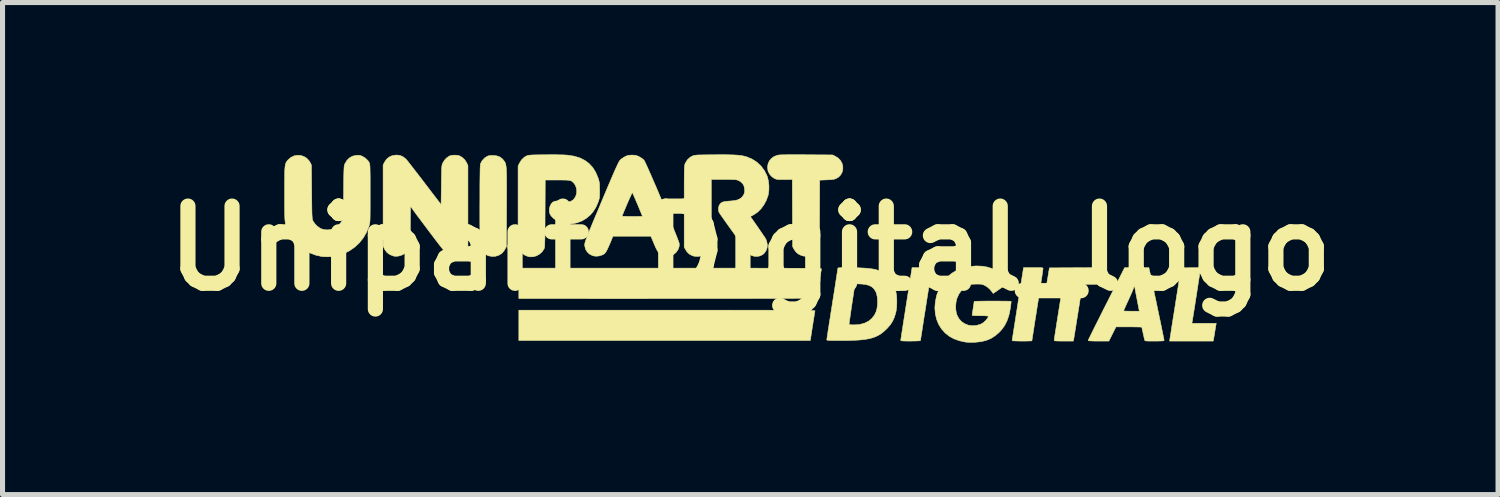
<source format=kicad_pcb>
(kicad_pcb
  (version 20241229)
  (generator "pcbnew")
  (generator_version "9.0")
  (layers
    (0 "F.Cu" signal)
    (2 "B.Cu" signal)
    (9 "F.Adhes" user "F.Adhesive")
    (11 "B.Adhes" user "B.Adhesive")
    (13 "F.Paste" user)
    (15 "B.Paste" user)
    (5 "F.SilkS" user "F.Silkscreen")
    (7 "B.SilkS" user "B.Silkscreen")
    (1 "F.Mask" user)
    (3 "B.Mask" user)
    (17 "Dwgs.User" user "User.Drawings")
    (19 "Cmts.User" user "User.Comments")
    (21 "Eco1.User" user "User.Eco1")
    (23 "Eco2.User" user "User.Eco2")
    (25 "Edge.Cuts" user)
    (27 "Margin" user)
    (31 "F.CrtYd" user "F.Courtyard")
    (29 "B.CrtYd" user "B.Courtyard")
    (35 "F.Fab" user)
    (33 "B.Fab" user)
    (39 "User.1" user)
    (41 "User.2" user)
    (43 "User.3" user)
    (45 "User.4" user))
  (footprint "Unipart_Digital_logo"
    (layer "F.Cu")
    (at 11.764 1.854)
    (property "Reference" "Unipart_Digital_logo" (at 0 0 0) (layer "F.SilkS") (effects (font (size 1.524 1.524) (thickness 0.3))))
    (attr through_hole)
    (fp_poly (pts (xy -1.348 1.22) (xy -1.071 1.22) (xy -0.813 1.22) (xy -0.573 1.22) (xy -0.351 1.22) (xy -0.147 1.221) (xy 0.042 1.221) (xy 0.214 1.221) (xy 0.371 1.221) (xy 0.513 1.222) (xy 0.641 1.222) (xy 0.756 1.223) (xy 0.857 1.223) (xy 0.946 1.224) (xy 1.022 1.225) (xy 1.088 1.225) (xy 1.143 1.226) (xy 1.187 1.227) (xy 1.222 1.228) (xy 1.248 1.229) (xy 1.266 1.23) (xy 1.275 1.231) (xy 1.278 1.232) (xy 1.275 1.245) (xy 1.27 1.275) (xy 1.263 1.32) (xy 1.254 1.376) (xy 1.243 1.442) (xy 1.232 1.515) (xy 1.229 1.532) (xy 1.185 1.82) (xy -4.57 1.82) (xy -4.57 1.22) (xy -1.644 1.22) (xy -1.348 1.22)) (stroke (width 0.01) (type solid)) (fill yes) (layer "F.SilkS"))
    (fp_poly (pts (xy 5.654 0.38) (xy 5.703 0.38) (xy 5.737 0.381) (xy 5.76 0.383) (xy 5.772 0.387) (xy 5.778 0.391) (xy 5.78 0.397) (xy 5.78 0.401) (xy 5.778 0.414) (xy 5.774 0.445) (xy 5.767 0.493) (xy 5.758 0.556) (xy 5.746 0.631) (xy 5.733 0.719) (xy 5.718 0.816) (xy 5.701 0.922) (xy 5.684 1.034) (xy 5.67 1.12) (xy 5.652 1.236) (xy 5.635 1.346) (xy 5.618 1.448) (xy 5.604 1.542) (xy 5.591 1.625) (xy 5.58 1.695) (xy 5.571 1.752) (xy 5.565 1.794) (xy 5.561 1.818) (xy 5.56 1.825) (xy 5.551 1.827) (xy 5.525 1.828) (xy 5.487 1.829) (xy 5.439 1.83) (xy 5.387 1.83) (xy 5.333 1.83) (xy 5.281 1.829) (xy 5.235 1.828) (xy 5.199 1.826) (xy 5.176 1.824) (xy 5.17 1.823) (xy 5.171 1.812) (xy 5.175 1.783) (xy 5.182 1.737) (xy 5.192 1.676) (xy 5.203 1.602) (xy 5.217 1.516) (xy 5.232 1.42) (xy 5.248 1.315) (xy 5.266 1.202) (xy 5.282 1.097) (xy 5.395 0.38) (xy 5.587 0.38) (xy 5.654 0.38)) (stroke (width 0.01) (type solid)) (fill yes) (layer "F.SilkS"))
    (fp_poly (pts (xy 8.83 0.382) (xy 8.867 0.384) (xy 8.887 0.388) (xy 8.89 0.39) (xy 8.888 0.402) (xy 8.884 0.431) (xy 8.878 0.476) (xy 8.869 0.534) (xy 8.858 0.602) (xy 8.846 0.679) (xy 8.833 0.762) (xy 8.82 0.85) (xy 8.806 0.939) (xy 8.792 1.027) (xy 8.779 1.114) (xy 8.766 1.195) (xy 8.754 1.269) (xy 8.744 1.333) (xy 8.735 1.386) (xy 8.729 1.425) (xy 8.725 1.448) (xy 8.724 1.452) (xy 8.718 1.48) (xy 9.2 1.48) (xy 9.195 1.508) (xy 9.191 1.528) (xy 9.186 1.563) (xy 9.178 1.608) (xy 9.17 1.658) (xy 9.17 1.66) (xy 9.162 1.71) (xy 9.154 1.754) (xy 9.148 1.788) (xy 9.145 1.807) (xy 9.145 1.808) (xy 9.14 1.83) (xy 8.279 1.83) (xy 8.285 1.786) (xy 8.288 1.769) (xy 8.293 1.734) (xy 8.302 1.683) (xy 8.312 1.617) (xy 8.324 1.538) (xy 8.338 1.448) (xy 8.354 1.349) (xy 8.371 1.242) (xy 8.389 1.129) (xy 8.399 1.064) (xy 8.506 0.385) (xy 8.698 0.382) (xy 8.773 0.382) (xy 8.83 0.382)) (stroke (width 0.01) (type solid)) (fill yes) (layer "F.SilkS"))
    (fp_poly (pts (xy 3.454 0.38) (xy 3.503 0.381) (xy 3.537 0.382) (xy 3.56 0.384) (xy 3.573 0.387) (xy 3.578 0.391) (xy 3.58 0.398) (xy 3.58 0.399) (xy 3.578 0.412) (xy 3.574 0.443) (xy 3.567 0.49) (xy 3.558 0.553) (xy 3.546 0.628) (xy 3.533 0.715) (xy 3.518 0.812) (xy 3.501 0.918) (xy 3.483 1.03) (xy 3.47 1.115) (xy 3.452 1.231) (xy 3.434 1.341) (xy 3.418 1.444) (xy 3.404 1.537) (xy 3.391 1.62) (xy 3.38 1.691) (xy 3.371 1.748) (xy 3.365 1.79) (xy 3.361 1.815) (xy 3.36 1.821) (xy 3.351 1.824) (xy 3.324 1.826) (xy 3.284 1.828) (xy 3.232 1.829) (xy 3.173 1.83) (xy 3.165 1.83) (xy 3.094 1.83) (xy 3.042 1.829) (xy 3.005 1.827) (xy 2.982 1.824) (xy 2.971 1.82) (xy 2.97 1.817) (xy 2.971 1.806) (xy 2.976 1.776) (xy 2.983 1.729) (xy 2.992 1.668) (xy 3.004 1.593) (xy 3.017 1.507) (xy 3.032 1.41) (xy 3.049 1.305) (xy 3.066 1.192) (xy 3.082 1.093) (xy 3.194 0.38) (xy 3.387 0.38) (xy 3.454 0.38)) (stroke (width 0.01) (type solid)) (fill yes) (layer "F.SilkS"))
    (fp_poly (pts (xy -5.011 -1.828) (xy -4.951 -1.808) (xy -4.9 -1.772) (xy -4.873 -1.741) (xy -4.861 -1.727) (xy -4.852 -1.713) (xy -4.843 -1.699) (xy -4.836 -1.683) (xy -4.83 -1.664) (xy -4.825 -1.64) (xy -4.821 -1.611) (xy -4.817 -1.574) (xy -4.815 -1.529) (xy -4.813 -1.474) (xy -4.812 -1.407) (xy -4.811 -1.328) (xy -4.811 -1.234) (xy -4.811 -1.125) (xy -4.812 -0.999) (xy -4.812 -0.855) (xy -4.812 -0.814) (xy -4.815 -0.035) (xy -4.845 0.019) (xy -4.867 0.054) (xy -4.894 0.086) (xy -4.909 0.101) (xy -4.967 0.136) (xy -5.032 0.156) (xy -5.101 0.159) (xy -5.168 0.147) (xy -5.198 0.134) (xy -5.234 0.113) (xy -5.266 0.086) (xy -5.28 0.072) (xy -5.29 0.059) (xy -5.3 0.047) (xy -5.308 0.035) (xy -5.315 0.021) (xy -5.321 0.003) (xy -5.325 -0.018) (xy -5.329 -0.046) (xy -5.333 -0.081) (xy -5.335 -0.125) (xy -5.337 -0.178) (xy -5.338 -0.243) (xy -5.339 -0.32) (xy -5.339 -0.412) (xy -5.34 -0.519) (xy -5.34 -0.643) (xy -5.34 -0.784) (xy -5.34 -0.844) (xy -5.339 -0.995) (xy -5.339 -1.126) (xy -5.339 -1.24) (xy -5.338 -1.338) (xy -5.337 -1.42) (xy -5.336 -1.489) (xy -5.335 -1.544) (xy -5.334 -1.588) (xy -5.332 -1.622) (xy -5.33 -1.647) (xy -5.328 -1.663) (xy -5.326 -1.673) (xy -5.294 -1.733) (xy -5.246 -1.784) (xy -5.212 -1.807) (xy -5.185 -1.822) (xy -5.159 -1.83) (xy -5.128 -1.834) (xy -5.085 -1.835) (xy -5.011 -1.828)) (stroke (width 0.01) (type solid)) (fill yes) (layer "F.SilkS"))
    (fp_poly (pts (xy 1.024 -1.849) (xy 1.124 -1.848) (xy 1.13 -1.848) (xy 1.625 -1.845) (xy 1.682 -1.817) (xy 1.74 -1.779) (xy 1.783 -1.732) (xy 1.812 -1.678) (xy 1.827 -1.619) (xy 1.827 -1.56) (xy 1.813 -1.503) (xy 1.785 -1.451) (xy 1.742 -1.407) (xy 1.691 -1.377) (xy 1.667 -1.369) (xy 1.635 -1.362) (xy 1.594 -1.357) (xy 1.538 -1.354) (xy 1.509 -1.353) (xy 1.37 -1.347) (xy 1.368 -0.691) (xy 1.367 -0.56) (xy 1.367 -0.447) (xy 1.366 -0.351) (xy 1.365 -0.271) (xy 1.364 -0.205) (xy 1.363 -0.151) (xy 1.362 -0.108) (xy 1.36 -0.075) (xy 1.359 -0.05) (xy 1.356 -0.031) (xy 1.354 -0.017) (xy 1.35 -0.007) (xy 1.347 0.001) (xy 1.308 0.059) (xy 1.256 0.105) (xy 1.196 0.137) (xy 1.13 0.154) (xy 1.063 0.154) (xy 1.013 0.142) (xy 0.952 0.113) (xy 0.904 0.074) (xy 0.866 0.022) (xy 0.865 0.019) (xy 0.835 -0.035) (xy 0.832 -0.698) (xy 0.829 -1.36) (xy 0.676 -1.359) (xy 0.616 -1.359) (xy 0.573 -1.359) (xy 0.541 -1.361) (xy 0.518 -1.365) (xy 0.499 -1.371) (xy 0.479 -1.379) (xy 0.474 -1.382) (xy 0.424 -1.417) (xy 0.382 -1.464) (xy 0.354 -1.518) (xy 0.349 -1.533) (xy 0.34 -1.601) (xy 0.35 -1.666) (xy 0.375 -1.724) (xy 0.415 -1.774) (xy 0.468 -1.813) (xy 0.532 -1.838) (xy 0.573 -1.845) (xy 0.596 -1.846) (xy 0.636 -1.847) (xy 0.691 -1.848) (xy 0.76 -1.849) (xy 0.84 -1.849) (xy 0.929 -1.849) (xy 1.024 -1.849)) (stroke (width 0.01) (type solid)) (fill yes) (layer "F.SilkS"))
    (fp_poly (pts (xy -1.291 0.39) (xy -1.02 0.39) (xy -0.768 0.39) (xy -0.534 0.39) (xy -0.318 0.39) (xy -0.118 0.39) (xy 0.066 0.39) (xy 0.235 0.391) (xy 0.388 0.391) (xy 0.528 0.391) (xy 0.655 0.391) (xy 0.768 0.392) (xy 0.87 0.392) (xy 0.961 0.392) (xy 1.04 0.393) (xy 1.11 0.393) (xy 1.17 0.394) (xy 1.222 0.395) (xy 1.265 0.396) (xy 1.301 0.396) (xy 1.331 0.397) (xy 1.354 0.398) (xy 1.372 0.4) (xy 1.385 0.401) (xy 1.395 0.402) (xy 1.4 0.404) (xy 1.403 0.405) (xy 1.404 0.407) (xy 1.404 0.407) (xy 1.402 0.422) (xy 1.397 0.453) (xy 1.389 0.498) (xy 1.381 0.555) (xy 1.37 0.621) (xy 1.36 0.69) (xy 1.349 0.761) (xy 1.338 0.826) (xy 1.329 0.883) (xy 1.322 0.928) (xy 1.316 0.959) (xy 1.314 0.973) (xy 1.313 0.974) (xy 1.31 0.976) (xy 1.304 0.977) (xy 1.296 0.979) (xy 1.284 0.98) (xy 1.267 0.981) (xy 1.245 0.982) (xy 1.217 0.983) (xy 1.183 0.984) (xy 1.142 0.985) (xy 1.093 0.986) (xy 1.036 0.986) (xy 0.969 0.987) (xy 0.893 0.987) (xy 0.806 0.988) (xy 0.707 0.988) (xy 0.597 0.989) (xy 0.475 0.989) (xy 0.339 0.989) (xy 0.19 0.989) (xy 0.026 0.99) (xy -0.153 0.99) (xy -0.348 0.99) (xy -0.56 0.99) (xy -0.789 0.99) (xy -1.036 0.99) (xy -1.301 0.99) (xy -1.585 0.99) (xy -1.631 0.99) (xy -4.57 0.99) (xy -4.57 0.39) (xy -1.581 0.39) (xy -1.291 0.39)) (stroke (width 0.01) (type solid)) (fill yes) (layer "F.SilkS"))
    (fp_poly (pts (xy 6.92 0.401) (xy 6.918 0.418) (xy 6.914 0.45) (xy 6.908 0.492) (xy 6.9 0.54) (xy 6.893 0.589) (xy 6.885 0.633) (xy 6.878 0.669) (xy 6.875 0.688) (xy 6.872 0.696) (xy 6.867 0.702) (xy 6.856 0.706) (xy 6.836 0.708) (xy 6.804 0.71) (xy 6.758 0.71) (xy 6.716 0.71) (xy 6.562 0.71) (xy 6.556 0.738) (xy 6.553 0.753) (xy 6.548 0.785) (xy 6.54 0.834) (xy 6.53 0.896) (xy 6.518 0.971) (xy 6.504 1.055) (xy 6.49 1.146) (xy 6.474 1.244) (xy 6.47 1.27) (xy 6.454 1.369) (xy 6.439 1.462) (xy 6.426 1.549) (xy 6.413 1.626) (xy 6.403 1.691) (xy 6.394 1.744) (xy 6.388 1.781) (xy 6.385 1.8) (xy 6.384 1.802) (xy 6.378 1.83) (xy 6.189 1.83) (xy 6.123 1.83) (xy 6.074 1.829) (xy 6.041 1.828) (xy 6.019 1.826) (xy 6.007 1.823) (xy 6.001 1.818) (xy 6 1.812) (xy 6.002 1.799) (xy 6.006 1.768) (xy 6.013 1.721) (xy 6.022 1.661) (xy 6.034 1.587) (xy 6.047 1.504) (xy 6.061 1.412) (xy 6.077 1.313) (xy 6.085 1.263) (xy 6.101 1.162) (xy 6.116 1.067) (xy 6.13 0.98) (xy 6.142 0.902) (xy 6.153 0.836) (xy 6.161 0.783) (xy 6.167 0.745) (xy 6.17 0.724) (xy 6.17 0.721) (xy 6.16 0.716) (xy 6.131 0.713) (xy 6.081 0.711) (xy 6.012 0.71) (xy 5.851 0.71) (xy 5.856 0.682) (xy 5.859 0.663) (xy 5.865 0.628) (xy 5.873 0.582) (xy 5.882 0.531) (xy 5.883 0.52) (xy 5.906 0.385) (xy 6.92 0.38) (xy 6.92 0.401)) (stroke (width 0.01) (type solid)) (fill yes) (layer "F.SilkS"))
    (fp_poly (pts (xy -6.917 -1.835) (xy -6.858 -1.81) (xy -6.804 -1.768) (xy -6.788 -1.75) (xy -6.773 -1.733) (xy -6.748 -1.702) (xy -6.714 -1.658) (xy -6.671 -1.603) (xy -6.622 -1.539) (xy -6.567 -1.468) (xy -6.507 -1.391) (xy -6.445 -1.31) (xy -6.425 -1.283) (xy -6.105 -0.864) (xy -6.1 -1.249) (xy -6.099 -1.347) (xy -6.097 -1.428) (xy -6.096 -1.492) (xy -6.095 -1.543) (xy -6.093 -1.582) (xy -6.091 -1.612) (xy -6.088 -1.634) (xy -6.085 -1.652) (xy -6.08 -1.666) (xy -6.075 -1.68) (xy -6.071 -1.687) (xy -6.039 -1.74) (xy -5.995 -1.787) (xy -5.945 -1.821) (xy -5.932 -1.827) (xy -5.89 -1.838) (xy -5.838 -1.841) (xy -5.786 -1.838) (xy -5.741 -1.827) (xy -5.737 -1.825) (xy -5.684 -1.793) (xy -5.636 -1.747) (xy -5.601 -1.692) (xy -5.599 -1.687) (xy -5.575 -1.635) (xy -5.575 -0.045) (xy -5.605 0.01) (xy -5.647 0.066) (xy -5.7 0.111) (xy -5.762 0.142) (xy -5.829 0.156) (xy -5.881 0.155) (xy -5.904 0.151) (xy -5.925 0.146) (xy -5.945 0.137) (xy -5.966 0.124) (xy -5.99 0.105) (xy -6.016 0.079) (xy -6.047 0.045) (xy -6.083 0.001) (xy -6.127 -0.054) (xy -6.179 -0.121) (xy -6.24 -0.201) (xy -6.307 -0.29) (xy -6.367 -0.369) (xy -6.425 -0.447) (xy -6.48 -0.52) (xy -6.53 -0.587) (xy -6.574 -0.645) (xy -6.61 -0.694) (xy -6.636 -0.73) (xy -6.649 -0.748) (xy -6.709 -0.831) (xy -6.712 -0.438) (xy -6.713 -0.335) (xy -6.714 -0.249) (xy -6.715 -0.179) (xy -6.717 -0.123) (xy -6.72 -0.079) (xy -6.724 -0.045) (xy -6.729 -0.018) (xy -6.737 0.004) (xy -6.746 0.021) (xy -6.758 0.038) (xy -6.772 0.055) (xy -6.78 0.064) (xy -6.826 0.104) (xy -6.883 0.134) (xy -6.944 0.152) (xy -7.005 0.157) (xy -7.045 0.151) (xy -7.116 0.123) (xy -7.173 0.082) (xy -7.215 0.027) (xy -7.226 0.005) (xy -7.25 -0.045) (xy -7.25 -1.645) (xy -7.226 -1.695) (xy -7.187 -1.755) (xy -7.136 -1.8) (xy -7.073 -1.83) (xy -7.001 -1.842) (xy -6.984 -1.843) (xy -6.917 -1.835)) (stroke (width 0.01) (type solid)) (fill yes) (layer "F.SilkS"))
    (fp_poly (pts (xy 7.875 0.403) (xy 7.88 0.427) (xy 7.889 0.467) (xy 7.901 0.522) (xy 7.915 0.589) (xy 7.932 0.667) (xy 7.95 0.753) (xy 7.97 0.847) (xy 7.99 0.945) (xy 8.012 1.046) (xy 8.033 1.149) (xy 8.054 1.25) (xy 8.075 1.349) (xy 8.095 1.443) (xy 8.113 1.531) (xy 8.129 1.61) (xy 8.143 1.679) (xy 8.155 1.736) (xy 8.163 1.778) (xy 8.169 1.804) (xy 8.17 1.812) (xy 8.169 1.819) (xy 8.163 1.823) (xy 8.149 1.826) (xy 8.126 1.828) (xy 8.091 1.829) (xy 8.04 1.83) (xy 7.98 1.83) (xy 7.914 1.83) (xy 7.866 1.83) (xy 7.832 1.829) (xy 7.809 1.827) (xy 7.796 1.823) (xy 7.789 1.818) (xy 7.786 1.812) (xy 7.785 1.808) (xy 7.778 1.775) (xy 7.769 1.735) (xy 7.759 1.69) (xy 7.749 1.645) (xy 7.74 1.606) (xy 7.734 1.575) (xy 7.73 1.558) (xy 7.73 1.556) (xy 7.72 1.554) (xy 7.694 1.553) (xy 7.652 1.552) (xy 7.598 1.551) (xy 7.535 1.55) (xy 7.475 1.55) (xy 7.22 1.55) (xy 7.15 1.69) (xy 7.08 1.83) (xy 6.875 1.83) (xy 6.798 1.83) (xy 6.739 1.828) (xy 6.699 1.826) (xy 6.677 1.823) (xy 6.67 1.819) (xy 6.674 1.809) (xy 6.687 1.782) (xy 6.708 1.74) (xy 6.735 1.684) (xy 6.769 1.616) (xy 6.808 1.536) (xy 6.853 1.448) (xy 6.902 1.35) (xy 6.954 1.246) (xy 6.96 1.233) (xy 7.37 1.233) (xy 7.379 1.236) (xy 7.405 1.238) (xy 7.445 1.239) (xy 7.494 1.24) (xy 7.526 1.24) (xy 7.682 1.24) (xy 7.677 1.218) (xy 7.673 1.202) (xy 7.667 1.17) (xy 7.659 1.126) (xy 7.648 1.072) (xy 7.637 1.012) (xy 7.625 0.95) (xy 7.613 0.889) (xy 7.603 0.833) (xy 7.594 0.784) (xy 7.592 0.775) (xy 7.585 0.735) (xy 7.561 0.8) (xy 7.55 0.83) (xy 7.531 0.874) (xy 7.508 0.927) (xy 7.481 0.986) (xy 7.454 1.046) (xy 7.428 1.101) (xy 7.406 1.151) (xy 7.388 1.191) (xy 7.375 1.219) (xy 7.37 1.233) (xy 7.37 1.233) (xy 6.96 1.233) (xy 7.009 1.137) (xy 7.031 1.094) (xy 7.391 0.38) (xy 7.87 0.38) (xy 7.875 0.403)) (stroke (width 0.01) (type solid)) (fill yes) (layer "F.SilkS"))
    (fp_poly (pts (xy 1.984 0.381) (xy 2.052 0.382) (xy 2.119 0.383) (xy 2.182 0.386) (xy 2.239 0.389) (xy 2.265 0.39) (xy 2.323 0.395) (xy 2.38 0.402) (xy 2.43 0.409) (xy 2.467 0.416) (xy 2.47 0.416) (xy 2.564 0.449) (xy 2.649 0.5) (xy 2.724 0.566) (xy 2.787 0.646) (xy 2.837 0.739) (xy 2.871 0.837) (xy 2.884 0.904) (xy 2.892 0.984) (xy 2.893 1.07) (xy 2.89 1.155) (xy 2.88 1.232) (xy 2.871 1.275) (xy 2.843 1.364) (xy 2.809 1.439) (xy 2.765 1.507) (xy 2.707 1.574) (xy 2.686 1.595) (xy 2.636 1.642) (xy 2.585 1.682) (xy 2.531 1.716) (xy 2.473 1.744) (xy 2.409 1.767) (xy 2.336 1.785) (xy 2.254 1.799) (xy 2.159 1.809) (xy 2.05 1.815) (xy 1.925 1.819) (xy 1.782 1.82) (xy 1.778 1.82) (xy 1.697 1.82) (xy 1.634 1.819) (xy 1.587 1.819) (xy 1.553 1.817) (xy 1.531 1.815) (xy 1.518 1.812) (xy 1.512 1.809) (xy 1.51 1.804) (xy 1.512 1.792) (xy 1.516 1.761) (xy 1.523 1.714) (xy 1.532 1.652) (xy 1.544 1.577) (xy 1.557 1.495) (xy 1.95 1.495) (xy 1.954 1.503) (xy 1.968 1.507) (xy 1.995 1.509) (xy 2.034 1.51) (xy 2.08 1.509) (xy 2.126 1.506) (xy 2.163 1.501) (xy 2.166 1.501) (xy 2.26 1.475) (xy 2.338 1.435) (xy 2.403 1.381) (xy 2.454 1.313) (xy 2.483 1.253) (xy 2.501 1.189) (xy 2.511 1.115) (xy 2.513 1.037) (xy 2.507 0.962) (xy 2.493 0.895) (xy 2.476 0.851) (xy 2.443 0.8) (xy 2.401 0.761) (xy 2.349 0.733) (xy 2.282 0.714) (xy 2.2 0.704) (xy 2.178 0.703) (xy 2.131 0.701) (xy 2.1 0.7) (xy 2.081 0.702) (xy 2.072 0.706) (xy 2.067 0.714) (xy 2.066 0.721) (xy 2.063 0.738) (xy 2.057 0.771) (xy 2.05 0.817) (xy 2.041 0.876) (xy 2.031 0.942) (xy 2.02 1.015) (xy 2.008 1.091) (xy 1.997 1.167) (xy 1.986 1.242) (xy 1.976 1.312) (xy 1.967 1.374) (xy 1.959 1.426) (xy 1.954 1.465) (xy 1.951 1.489) (xy 1.95 1.495) (xy 1.557 1.495) (xy 1.557 1.49) (xy 1.573 1.394) (xy 1.589 1.289) (xy 1.607 1.177) (xy 1.62 1.092) (xy 1.638 0.976) (xy 1.656 0.867) (xy 1.672 0.764) (xy 1.686 0.671) (xy 1.699 0.588) (xy 1.71 0.517) (xy 1.719 0.46) (xy 1.725 0.419) (xy 1.729 0.394) (xy 1.73 0.388) (xy 1.74 0.385) (xy 1.766 0.383) (xy 1.807 0.381) (xy 1.859 0.381) (xy 1.919 0.38) (xy 1.984 0.381)) (stroke (width 0.01) (type solid)) (fill yes) (layer "F.SilkS"))
    (fp_poly (pts (xy -3.856 -1.849) (xy -3.772 -1.847) (xy -3.699 -1.846) (xy -3.64 -1.843) (xy -3.601 -1.84) (xy -3.476 -1.82) (xy -3.364 -1.786) (xy -3.266 -1.737) (xy -3.181 -1.673) (xy -3.109 -1.594) (xy -3.051 -1.5) (xy -3.005 -1.39) (xy -2.998 -1.37) (xy -2.989 -1.337) (xy -2.982 -1.306) (xy -2.978 -1.272) (xy -2.976 -1.23) (xy -2.975 -1.175) (xy -2.975 -1.145) (xy -2.975 -1.085) (xy -2.977 -1.041) (xy -2.979 -1.006) (xy -2.984 -0.977) (xy -2.992 -0.949) (xy -3.003 -0.916) (xy -3.003 -0.915) (xy -3.049 -0.81) (xy -3.108 -0.719) (xy -3.154 -0.665) (xy -3.234 -0.596) (xy -3.322 -0.543) (xy -3.416 -0.506) (xy -3.512 -0.486) (xy -3.609 -0.484) (xy -3.705 -0.5) (xy -3.787 -0.53) (xy -3.84 -0.56) (xy -3.89 -0.597) (xy -3.929 -0.637) (xy -3.954 -0.674) (xy -3.968 -0.724) (xy -3.968 -0.78) (xy -3.954 -0.834) (xy -3.929 -0.882) (xy -3.897 -0.914) (xy -3.865 -0.929) (xy -3.822 -0.937) (xy -3.774 -0.94) (xy -3.731 -0.935) (xy -3.702 -0.926) (xy -3.654 -0.912) (xy -3.6 -0.913) (xy -3.548 -0.927) (xy -3.501 -0.955) (xy -3.484 -0.972) (xy -3.449 -1.023) (xy -3.43 -1.083) (xy -3.427 -1.147) (xy -3.439 -1.209) (xy -3.466 -1.266) (xy -3.488 -1.293) (xy -3.505 -1.31) (xy -3.521 -1.324) (xy -3.539 -1.333) (xy -3.562 -1.34) (xy -3.592 -1.345) (xy -3.632 -1.348) (xy -3.684 -1.349) (xy -3.753 -1.35) (xy -3.809 -1.35) (xy -4.049 -1.35) (xy -4.052 -0.688) (xy -4.053 -0.556) (xy -4.053 -0.443) (xy -4.054 -0.347) (xy -4.055 -0.266) (xy -4.055 -0.199) (xy -4.057 -0.145) (xy -4.058 -0.102) (xy -4.059 -0.068) (xy -4.061 -0.043) (xy -4.063 -0.023) (xy -4.066 -0.009) (xy -4.069 0.002) (xy -4.073 0.011) (xy -4.074 0.014) (xy -4.112 0.069) (xy -4.163 0.114) (xy -4.222 0.147) (xy -4.287 0.165) (xy -4.352 0.167) (xy -4.385 0.161) (xy -4.453 0.134) (xy -4.509 0.091) (xy -4.552 0.035) (xy -4.572 -0.008) (xy -4.574 -0.019) (xy -4.577 -0.038) (xy -4.579 -0.065) (xy -4.58 -0.103) (xy -4.581 -0.151) (xy -4.583 -0.212) (xy -4.583 -0.286) (xy -4.584 -0.375) (xy -4.585 -0.48) (xy -4.585 -0.602) (xy -4.585 -0.742) (xy -4.585 -0.835) (xy -4.585 -1.625) (xy -4.559 -1.68) (xy -4.518 -1.746) (xy -4.464 -1.798) (xy -4.42 -1.824) (xy -4.407 -1.83) (xy -4.393 -1.834) (xy -4.375 -1.838) (xy -4.353 -1.841) (xy -4.323 -1.843) (xy -4.282 -1.845) (xy -4.23 -1.846) (xy -4.163 -1.847) (xy -4.079 -1.848) (xy -4.045 -1.848) (xy -3.948 -1.849) (xy -3.856 -1.849)) (stroke (width 0.01) (type solid)) (fill yes) (layer "F.SilkS"))
    (fp_poly (pts (xy 4.581 0.352) (xy 4.679 0.369) (xy 4.768 0.397) (xy 4.852 0.439) (xy 4.917 0.483) (xy 4.949 0.509) (xy 4.983 0.542) (xy 5.016 0.577) (xy 5.047 0.612) (xy 5.071 0.643) (xy 5.085 0.666) (xy 5.088 0.677) (xy 5.079 0.687) (xy 5.056 0.706) (xy 5.023 0.731) (xy 4.98 0.762) (xy 4.94 0.791) (xy 4.795 0.891) (xy 4.78 0.868) (xy 4.738 0.815) (xy 4.687 0.768) (xy 4.633 0.734) (xy 4.631 0.733) (xy 4.603 0.72) (xy 4.578 0.712) (xy 4.55 0.707) (xy 4.513 0.705) (xy 4.47 0.705) (xy 4.42 0.706) (xy 4.384 0.708) (xy 4.356 0.713) (xy 4.329 0.722) (xy 4.307 0.732) (xy 4.229 0.777) (xy 4.167 0.834) (xy 4.118 0.903) (xy 4.08 0.988) (xy 4.079 0.991) (xy 4.063 1.056) (xy 4.056 1.13) (xy 4.057 1.205) (xy 4.068 1.274) (xy 4.08 1.314) (xy 4.117 1.385) (xy 4.168 1.443) (xy 4.23 1.486) (xy 4.301 1.515) (xy 4.379 1.527) (xy 4.461 1.522) (xy 4.543 1.5) (xy 4.597 1.47) (xy 4.648 1.425) (xy 4.684 1.38) (xy 4.695 1.362) (xy 4.699 1.349) (xy 4.695 1.34) (xy 4.68 1.335) (xy 4.652 1.332) (xy 4.608 1.33) (xy 4.547 1.33) (xy 4.54 1.33) (xy 4.486 1.329) (xy 4.44 1.328) (xy 4.405 1.326) (xy 4.384 1.323) (xy 4.38 1.321) (xy 4.381 1.309) (xy 4.385 1.28) (xy 4.391 1.24) (xy 4.399 1.192) (xy 4.4 1.184) (xy 4.407 1.135) (xy 4.414 1.094) (xy 4.418 1.063) (xy 4.42 1.048) (xy 4.42 1.048) (xy 4.43 1.046) (xy 4.457 1.044) (xy 4.5 1.043) (xy 4.556 1.042) (xy 4.624 1.041) (xy 4.7 1.04) (xy 4.783 1.04) (xy 4.785 1.04) (xy 4.868 1.04) (xy 4.945 1.041) (xy 5.012 1.041) (xy 5.069 1.042) (xy 5.112 1.043) (xy 5.14 1.044) (xy 5.15 1.045) (xy 5.15 1.045) (xy 5.148 1.08) (xy 5.142 1.127) (xy 5.134 1.182) (xy 5.124 1.238) (xy 5.114 1.289) (xy 5.104 1.328) (xy 5.068 1.432) (xy 5.023 1.521) (xy 4.966 1.601) (xy 4.915 1.657) (xy 4.835 1.725) (xy 4.751 1.779) (xy 4.658 1.817) (xy 4.555 1.842) (xy 4.438 1.854) (xy 4.42 1.855) (xy 4.367 1.856) (xy 4.315 1.855) (xy 4.271 1.852) (xy 4.248 1.85) (xy 4.129 1.824) (xy 4.024 1.787) (xy 3.932 1.737) (xy 3.851 1.674) (xy 3.848 1.671) (xy 3.776 1.591) (xy 3.719 1.5) (xy 3.678 1.399) (xy 3.653 1.29) (xy 3.644 1.176) (xy 3.653 1.058) (xy 3.678 0.937) (xy 3.691 0.896) (xy 3.741 0.774) (xy 3.805 0.666) (xy 3.882 0.574) (xy 3.972 0.496) (xy 4.073 0.434) (xy 4.186 0.389) (xy 4.309 0.36) (xy 4.442 0.348) (xy 4.47 0.347) (xy 4.581 0.352)) (stroke (width 0.01) (type solid)) (fill yes) (layer "F.SilkS"))
    (fp_poly (pts (xy -7.7 -1.834) (xy -7.664 -1.82) (xy -7.659 -1.818) (xy -7.596 -1.779) (xy -7.546 -1.729) (xy -7.523 -1.691) (xy -7.519 -1.682) (xy -7.516 -1.671) (xy -7.513 -1.657) (xy -7.511 -1.637) (xy -7.509 -1.61) (xy -7.508 -1.575) (xy -7.507 -1.529) (xy -7.506 -1.472) (xy -7.505 -1.401) (xy -7.505 -1.315) (xy -7.505 -1.213) (xy -7.505 -1.092) (xy -7.505 -1.085) (xy -7.505 -0.964) (xy -7.505 -0.861) (xy -7.505 -0.775) (xy -7.506 -0.703) (xy -7.506 -0.645) (xy -7.507 -0.598) (xy -7.509 -0.561) (xy -7.51 -0.531) (xy -7.513 -0.508) (xy -7.515 -0.489) (xy -7.519 -0.473) (xy -7.523 -0.457) (xy -7.528 -0.441) (xy -7.528 -0.44) (xy -7.576 -0.319) (xy -7.64 -0.209) (xy -7.718 -0.11) (xy -7.809 -0.025) (xy -7.911 0.046) (xy -8.022 0.102) (xy -8.142 0.141) (xy -8.268 0.162) (xy -8.31 0.165) (xy -8.36 0.166) (xy -8.411 0.164) (xy -8.454 0.161) (xy -8.465 0.16) (xy -8.589 0.131) (xy -8.707 0.085) (xy -8.816 0.024) (xy -8.915 -0.052) (xy -9.002 -0.14) (xy -9.075 -0.239) (xy -9.131 -0.347) (xy -9.136 -0.358) (xy -9.148 -0.389) (xy -9.159 -0.417) (xy -9.168 -0.443) (xy -9.175 -0.47) (xy -9.181 -0.499) (xy -9.185 -0.532) (xy -9.189 -0.571) (xy -9.191 -0.619) (xy -9.193 -0.676) (xy -9.194 -0.745) (xy -9.195 -0.828) (xy -9.195 -0.926) (xy -9.195 -1.042) (xy -9.195 -1.08) (xy -9.195 -1.203) (xy -9.195 -1.308) (xy -9.194 -1.397) (xy -9.193 -1.47) (xy -9.192 -1.531) (xy -9.189 -1.58) (xy -9.185 -1.619) (xy -9.18 -1.65) (xy -9.174 -1.674) (xy -9.166 -1.694) (xy -9.156 -1.711) (xy -9.144 -1.727) (xy -9.13 -1.743) (xy -9.122 -1.752) (xy -9.069 -1.797) (xy -9.009 -1.826) (xy -8.945 -1.838) (xy -8.88 -1.835) (xy -8.818 -1.816) (xy -8.762 -1.783) (xy -8.715 -1.735) (xy -8.688 -1.692) (xy -8.665 -1.645) (xy -8.66 -1.115) (xy -8.659 -0.999) (xy -8.658 -0.9) (xy -8.657 -0.819) (xy -8.656 -0.752) (xy -8.655 -0.698) (xy -8.653 -0.656) (xy -8.651 -0.623) (xy -8.649 -0.599) (xy -8.647 -0.58) (xy -8.643 -0.566) (xy -8.64 -0.555) (xy -8.635 -0.544) (xy -8.632 -0.538) (xy -8.599 -0.489) (xy -8.554 -0.442) (xy -8.501 -0.403) (xy -8.472 -0.387) (xy -8.415 -0.37) (xy -8.35 -0.365) (xy -8.284 -0.371) (xy -8.226 -0.387) (xy -8.224 -0.388) (xy -8.174 -0.418) (xy -8.125 -0.461) (xy -8.082 -0.512) (xy -8.058 -0.55) (xy -8.035 -0.595) (xy -8.03 -1.11) (xy -8.029 -1.225) (xy -8.028 -1.321) (xy -8.027 -1.401) (xy -8.026 -1.466) (xy -8.024 -1.519) (xy -8.023 -1.56) (xy -8.021 -1.591) (xy -8.019 -1.616) (xy -8.016 -1.634) (xy -8.013 -1.648) (xy -8.009 -1.66) (xy -8.004 -1.671) (xy -8.002 -1.675) (xy -7.962 -1.74) (xy -7.911 -1.789) (xy -7.849 -1.822) (xy -7.777 -1.837) (xy -7.774 -1.838) (xy -7.733 -1.839) (xy -7.7 -1.834)) (stroke (width 0.01) (type solid)) (fill yes) (layer "F.SilkS"))
    (fp_poly (pts (xy -2.289 -1.84) (xy -2.255 -1.835) (xy -2.221 -1.823) (xy -2.194 -1.81) (xy -2.156 -1.788) (xy -2.12 -1.762) (xy -2.098 -1.741) (xy -2.089 -1.725) (xy -2.073 -1.693) (xy -2.051 -1.646) (xy -2.023 -1.585) (xy -1.991 -1.512) (xy -1.954 -1.429) (xy -1.915 -1.338) (xy -1.872 -1.24) (xy -1.828 -1.137) (xy -1.783 -1.03) (xy -1.737 -0.922) (xy -1.691 -0.813) (xy -1.646 -0.706) (xy -1.603 -0.603) (xy -1.563 -0.504) (xy -1.525 -0.412) (xy -1.491 -0.329) (xy -1.461 -0.255) (xy -1.437 -0.193) (xy -1.419 -0.144) (xy -1.407 -0.11) (xy -1.402 -0.094) (xy -1.405 -0.035) (xy -1.426 0.023) (xy -1.462 0.075) (xy -1.511 0.119) (xy -1.54 0.136) (xy -1.58 0.149) (xy -1.631 0.154) (xy -1.683 0.151) (xy -1.728 0.141) (xy -1.74 0.136) (xy -1.771 0.118) (xy -1.797 0.096) (xy -1.821 0.069) (xy -1.843 0.033) (xy -1.868 -0.016) (xy -1.896 -0.08) (xy -1.9 -0.091) (xy -1.963 -0.24) (xy -2.711 -0.24) (xy -2.727 -0.203) (xy -2.761 -0.119) (xy -2.79 -0.053) (xy -2.813 -0.001) (xy -2.833 0.039) (xy -2.85 0.069) (xy -2.866 0.091) (xy -2.882 0.107) (xy -2.899 0.118) (xy -2.919 0.128) (xy -2.925 0.131) (xy -2.986 0.15) (xy -3.05 0.155) (xy -3.108 0.146) (xy -3.11 0.145) (xy -3.17 0.116) (xy -3.218 0.073) (xy -3.252 0.018) (xy -3.268 -0.046) (xy -3.27 -0.074) (xy -3.269 -0.085) (xy -3.267 -0.098) (xy -3.263 -0.115) (xy -3.257 -0.137) (xy -3.247 -0.165) (xy -3.234 -0.201) (xy -3.217 -0.245) (xy -3.196 -0.298) (xy -3.17 -0.363) (xy -3.138 -0.44) (xy -3.101 -0.53) (xy -3.057 -0.635) (xy -3.056 -0.637) (xy -2.53 -0.637) (xy -2.521 -0.635) (xy -2.494 -0.633) (xy -2.453 -0.632) (xy -2.402 -0.63) (xy -2.342 -0.63) (xy -2.33 -0.63) (xy -2.269 -0.63) (xy -2.216 -0.631) (xy -2.173 -0.631) (xy -2.143 -0.633) (xy -2.13 -0.634) (xy -2.13 -0.634) (xy -2.134 -0.645) (xy -2.144 -0.671) (xy -2.16 -0.709) (xy -2.18 -0.757) (xy -2.202 -0.811) (xy -2.226 -0.868) (xy -2.25 -0.924) (xy -2.273 -0.978) (xy -2.294 -1.026) (xy -2.311 -1.065) (xy -2.323 -1.091) (xy -2.328 -1.102) (xy -2.328 -1.102) (xy -2.333 -1.095) (xy -2.345 -1.072) (xy -2.361 -1.037) (xy -2.382 -0.992) (xy -2.405 -0.94) (xy -2.429 -0.885) (xy -2.453 -0.828) (xy -2.476 -0.774) (xy -2.497 -0.725) (xy -2.513 -0.684) (xy -2.525 -0.654) (xy -2.53 -0.638) (xy -2.53 -0.637) (xy -3.056 -0.637) (xy -3.006 -0.755) (xy -2.949 -0.893) (xy -2.941 -0.911) (xy -2.88 -1.057) (xy -2.826 -1.185) (xy -2.778 -1.297) (xy -2.737 -1.393) (xy -2.702 -1.475) (xy -2.672 -1.544) (xy -2.646 -1.6) (xy -2.625 -1.646) (xy -2.608 -1.681) (xy -2.595 -1.707) (xy -2.584 -1.726) (xy -2.576 -1.737) (xy -2.543 -1.768) (xy -2.499 -1.797) (xy -2.476 -1.81) (xy -2.438 -1.828) (xy -2.406 -1.837) (xy -2.371 -1.841) (xy -2.334 -1.842) (xy -2.289 -1.84)) (stroke (width 0.01) (type solid)) (fill yes) (layer "F.SilkS"))
    (fp_poly (pts (xy -0.491 -1.849) (xy -0.4 -1.847) (xy -0.323 -1.845) (xy -0.258 -1.841) (xy -0.202 -1.835) (xy -0.155 -1.828) (xy -0.112 -1.819) (xy -0.074 -1.808) (xy -0.062 -1.804) (xy 0.04 -1.76) (xy 0.132 -1.7) (xy 0.212 -1.625) (xy 0.277 -1.538) (xy 0.327 -1.441) (xy 0.341 -1.4) (xy 0.359 -1.322) (xy 0.368 -1.236) (xy 0.367 -1.149) (xy 0.356 -1.068) (xy 0.351 -1.045) (xy 0.316 -0.948) (xy 0.268 -0.859) (xy 0.21 -0.78) (xy 0.143 -0.714) (xy 0.07 -0.665) (xy 0.063 -0.661) (xy 0.001 -0.63) (xy 0.153 -0.412) (xy 0.193 -0.353) (xy 0.23 -0.3) (xy 0.261 -0.254) (xy 0.286 -0.218) (xy 0.301 -0.194) (xy 0.307 -0.184) (xy 0.312 -0.17) (xy 0.321 -0.145) (xy 0.324 -0.135) (xy 0.337 -0.073) (xy 0.332 -0.011) (xy 0.31 0.048) (xy 0.273 0.099) (xy 0.243 0.124) (xy 0.192 0.149) (xy 0.134 0.159) (xy 0.076 0.156) (xy 0.021 0.139) (xy -0.024 0.11) (xy -0.032 0.102) (xy -0.044 0.088) (xy -0.066 0.059) (xy -0.096 0.018) (xy -0.134 -0.033) (xy -0.177 -0.092) (xy -0.224 -0.158) (xy -0.275 -0.227) (xy -0.326 -0.299) (xy -0.378 -0.371) (xy -0.428 -0.441) (xy -0.475 -0.507) (xy -0.518 -0.567) (xy -0.555 -0.62) (xy -0.585 -0.663) (xy -0.606 -0.694) (xy -0.617 -0.711) (xy -0.618 -0.713) (xy -0.629 -0.754) (xy -0.628 -0.8) (xy -0.616 -0.845) (xy -0.595 -0.88) (xy -0.575 -0.898) (xy -0.552 -0.912) (xy -0.522 -0.921) (xy -0.482 -0.928) (xy -0.428 -0.933) (xy -0.395 -0.935) (xy -0.316 -0.943) (xy -0.253 -0.957) (xy -0.204 -0.979) (xy -0.166 -1.009) (xy -0.136 -1.05) (xy -0.128 -1.064) (xy -0.116 -1.095) (xy -0.111 -1.129) (xy -0.112 -1.166) (xy -0.123 -1.228) (xy -0.149 -1.277) (xy -0.19 -1.316) (xy -0.221 -1.334) (xy -0.238 -1.342) (xy -0.253 -1.348) (xy -0.27 -1.353) (xy -0.291 -1.356) (xy -0.319 -1.358) (xy -0.357 -1.359) (xy -0.407 -1.36) (xy -0.473 -1.36) (xy -0.522 -1.36) (xy -0.77 -1.36) (xy -0.77 -0.717) (xy -0.77 -0.58) (xy -0.77 -0.462) (xy -0.77 -0.36) (xy -0.771 -0.274) (xy -0.772 -0.203) (xy -0.774 -0.143) (xy -0.777 -0.095) (xy -0.781 -0.056) (xy -0.786 -0.025) (xy -0.792 -0.000173) (xy -0.8 0.019) (xy -0.809 0.036) (xy -0.82 0.05) (xy -0.833 0.064) (xy -0.847 0.078) (xy -0.849 0.08) (xy -0.905 0.122) (xy -0.971 0.15) (xy -1.041 0.16) (xy -1.112 0.154) (xy -1.144 0.144) (xy -1.201 0.115) (xy -1.246 0.073) (xy -1.275 0.029) (xy -1.305 -0.025) (xy -1.305 -0.83) (xy -1.305 -0.976) (xy -1.305 -1.103) (xy -1.305 -1.212) (xy -1.305 -1.306) (xy -1.304 -1.386) (xy -1.304 -1.452) (xy -1.303 -1.506) (xy -1.302 -1.55) (xy -1.301 -1.584) (xy -1.299 -1.611) (xy -1.297 -1.632) (xy -1.295 -1.647) (xy -1.292 -1.659) (xy -1.289 -1.669) (xy -1.285 -1.677) (xy -1.284 -1.681) (xy -1.244 -1.746) (xy -1.192 -1.796) (xy -1.148 -1.821) (xy -1.134 -1.827) (xy -1.12 -1.832) (xy -1.105 -1.836) (xy -1.085 -1.839) (xy -1.06 -1.842) (xy -1.026 -1.844) (xy -0.982 -1.845) (xy -0.925 -1.846) (xy -0.854 -1.847) (xy -0.765 -1.848) (xy -0.722 -1.848) (xy -0.597 -1.849) (xy -0.491 -1.849)) (stroke (width 0.01) (type solid)) (fill yes) (layer "F.SilkS")))
  (gr_rect
    (start -3 -3)
    (end 26.528 6.715)
    (stroke (width 0.1) (type default))
    (fill no)
    (layer "Edge.Cuts")))
</source>
